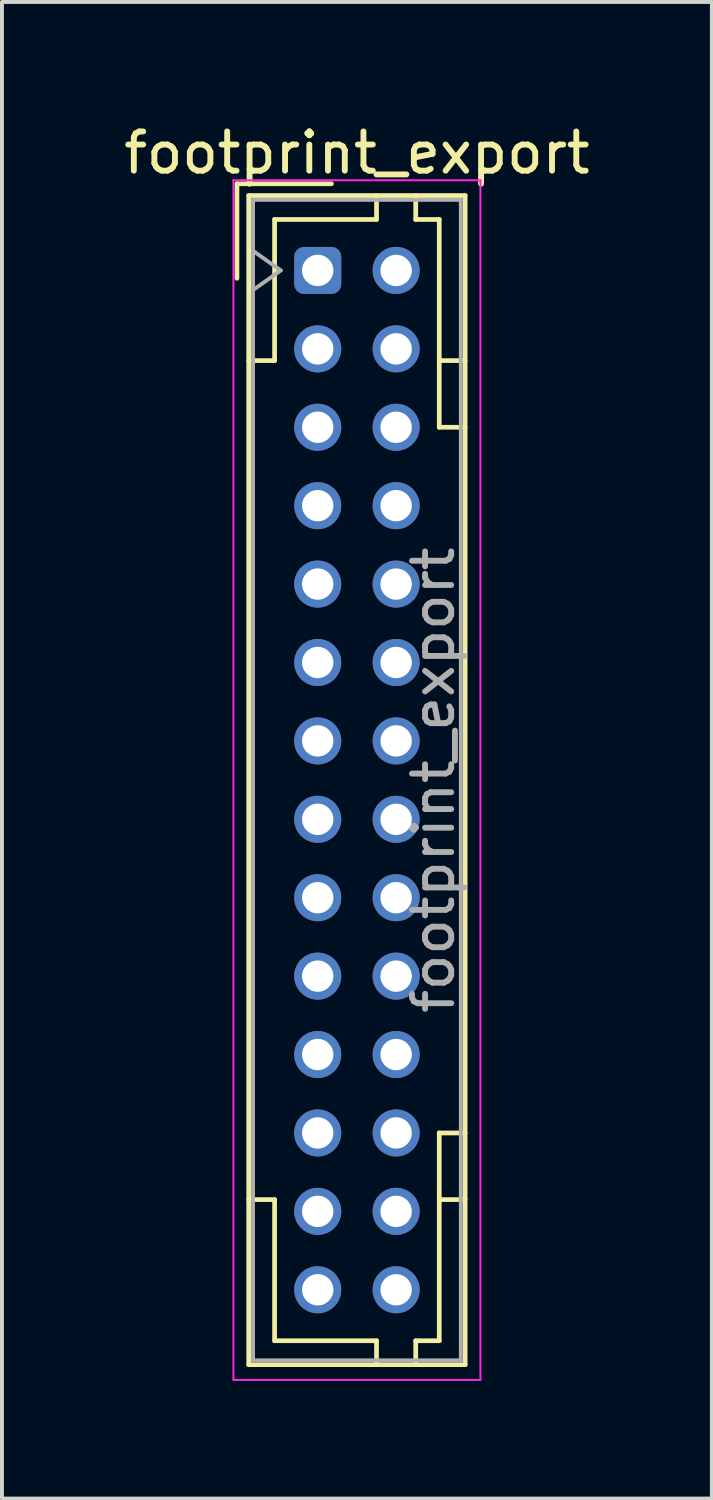
<source format=kicad_pcb>
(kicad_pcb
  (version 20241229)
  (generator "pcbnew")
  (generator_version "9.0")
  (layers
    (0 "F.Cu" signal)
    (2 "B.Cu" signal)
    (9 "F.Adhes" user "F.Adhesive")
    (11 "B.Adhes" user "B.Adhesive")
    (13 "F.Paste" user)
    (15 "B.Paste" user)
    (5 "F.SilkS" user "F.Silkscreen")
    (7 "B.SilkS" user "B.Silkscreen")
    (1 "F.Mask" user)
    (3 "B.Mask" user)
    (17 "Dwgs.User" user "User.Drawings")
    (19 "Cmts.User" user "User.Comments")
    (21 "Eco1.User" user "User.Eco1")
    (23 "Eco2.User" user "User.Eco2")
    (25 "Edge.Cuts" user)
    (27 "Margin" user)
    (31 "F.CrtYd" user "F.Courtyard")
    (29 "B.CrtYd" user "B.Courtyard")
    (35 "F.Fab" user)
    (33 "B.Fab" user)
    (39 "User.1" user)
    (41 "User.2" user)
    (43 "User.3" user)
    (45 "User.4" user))
  (footprint "footprint_export"
    (layer "F.Cu")
    (at 5.054 3.848)
    (property "Reference" "footprint_export" (at 1 -3 0) (layer "F.SilkS") (effects (font (size 1 1) (thickness 0.15))))
    (attr through_hole)
    (fp_line (start -2.06 -2.21) (end -2.06 0.2) (stroke (width 0.12) (type solid)) (layer "F.SilkS"))
    (fp_line (start -1.76 -1.91) (end -1.76 27.91) (stroke (width 0.12) (type solid)) (layer "F.SilkS"))
    (fp_line (start -1.76 27.91) (end 3.76 27.91) (stroke (width 0.12) (type solid)) (layer "F.SilkS"))
    (fp_line (start -1.1 -1.3) (end -1.1 2.3) (stroke (width 0.12) (type solid)) (layer "F.SilkS"))
    (fp_line (start -1.1 2.3) (end -1.76 2.3) (stroke (width 0.12) (type solid)) (layer "F.SilkS"))
    (fp_line (start -1.1 23.7) (end -1.76 23.7) (stroke (width 0.12) (type solid)) (layer "F.SilkS"))
    (fp_line (start -1.1 27.3) (end -1.1 23.7) (stroke (width 0.12) (type solid)) (layer "F.SilkS"))
    (fp_line (start 0.35 -2.21) (end -2.06 -2.21) (stroke (width 0.12) (type solid)) (layer "F.SilkS"))
    (fp_line (start 1.5 -1.91) (end 1.5 -1.3) (stroke (width 0.12) (type solid)) (layer "F.SilkS"))
    (fp_line (start 1.5 -1.3) (end -1.1 -1.3) (stroke (width 0.12) (type solid)) (layer "F.SilkS"))
    (fp_line (start 1.5 27.3) (end -1.1 27.3) (stroke (width 0.12) (type solid)) (layer "F.SilkS"))
    (fp_line (start 1.5 27.91) (end 1.5 27.3) (stroke (width 0.12) (type solid)) (layer "F.SilkS"))
    (fp_line (start 2.5 -1.91) (end 2.5 -1.3) (stroke (width 0.12) (type solid)) (layer "F.SilkS"))
    (fp_line (start 2.5 -1.3) (end 3.1 -1.3) (stroke (width 0.12) (type solid)) (layer "F.SilkS"))
    (fp_line (start 2.5 27.3) (end 3.1 27.3) (stroke (width 0.12) (type solid)) (layer "F.SilkS"))
    (fp_line (start 2.5 27.91) (end 2.5 27.3) (stroke (width 0.12) (type solid)) (layer "F.SilkS"))
    (fp_line (start 3.1 -1.3) (end 3.1 4) (stroke (width 0.12) (type solid)) (layer "F.SilkS"))
    (fp_line (start 3.1 4) (end 3.76 4) (stroke (width 0.12) (type solid)) (layer "F.SilkS"))
    (fp_line (start 3.1 22) (end 3.76 22) (stroke (width 0.12) (type solid)) (layer "F.SilkS"))
    (fp_line (start 3.1 27.3) (end 3.1 22) (stroke (width 0.12) (type solid)) (layer "F.SilkS"))
    (fp_line (start 3.76 -1.91) (end -1.76 -1.91) (stroke (width 0.12) (type solid)) (layer "F.SilkS"))
    (fp_line (start 3.76 2.3) (end 3.1 2.3) (stroke (width 0.12) (type solid)) (layer "F.SilkS"))
    (fp_line (start 3.76 23.7) (end 3.1 23.7) (stroke (width 0.12) (type solid)) (layer "F.SilkS"))
    (fp_line (start 3.76 27.91) (end 3.76 -1.91) (stroke (width 0.12) (type solid)) (layer "F.SilkS"))
    (fp_line (start -2.15 -2.3) (end -2.15 28.3) (stroke (width 0.05) (type solid)) (layer "F.CrtYd"))
    (fp_line (start -2.15 28.3) (end 4.15 28.3) (stroke (width 0.05) (type solid)) (layer "F.CrtYd"))
    (fp_line (start 4.15 -2.3) (end -2.15 -2.3) (stroke (width 0.05) (type solid)) (layer "F.CrtYd"))
    (fp_line (start 4.15 28.3) (end 4.15 -2.3) (stroke (width 0.05) (type solid)) (layer "F.CrtYd"))
    (fp_line (start -1.65 -1.8) (end -1.65 27.8) (stroke (width 0.1) (type solid)) (layer "F.Fab"))
    (fp_line (start -1.65 0.5) (end -0.943 0) (stroke (width 0.1) (type solid)) (layer "F.Fab"))
    (fp_line (start -1.65 27.8) (end 3.65 27.8) (stroke (width 0.1) (type solid)) (layer "F.Fab"))
    (fp_line (start -0.943 0) (end -1.65 -0.5) (stroke (width 0.1) (type solid)) (layer "F.Fab"))
    (fp_line (start 3.65 -1.8) (end -1.65 -1.8) (stroke (width 0.1) (type solid)) (layer "F.Fab"))
    (fp_line (start 3.65 27.8) (end 3.65 -1.8) (stroke (width 0.1) (type solid)) (layer "F.Fab"))
    (fp_text user "${REFERENCE}" (at 2.95 13 90) (layer "F.Fab") (effects (font (size 1 1) (thickness 0.15))))
    (pad "a1" thru_hole roundrect (at 0 0) (size 1.2 1.2) (drill 0.8) (layers "*.Cu" "*.Mask") (roundrect_rratio 0.208))
    (pad "a2" thru_hole circle (at 0 2) (size 1.2 1.2) (drill 0.8) (layers "*.Cu" "*.Mask"))
    (pad "a3" thru_hole circle (at 0 4) (size 1.2 1.2) (drill 0.8) (layers "*.Cu" "*.Mask"))
    (pad "a4" thru_hole circle (at 0 6) (size 1.2 1.2) (drill 0.8) (layers "*.Cu" "*.Mask"))
    (pad "a5" thru_hole circle (at 0 8) (size 1.2 1.2) (drill 0.8) (layers "*.Cu" "*.Mask"))
    (pad "a6" thru_hole circle (at 0 10) (size 1.2 1.2) (drill 0.8) (layers "*.Cu" "*.Mask"))
    (pad "a7" thru_hole circle (at 0 12) (size 1.2 1.2) (drill 0.8) (layers "*.Cu" "*.Mask"))
    (pad "a8" thru_hole circle (at 0 14) (size 1.2 1.2) (drill 0.8) (layers "*.Cu" "*.Mask"))
    (pad "a9" thru_hole circle (at 0 16) (size 1.2 1.2) (drill 0.8) (layers "*.Cu" "*.Mask"))
    (pad "a10" thru_hole circle (at 0 18) (size 1.2 1.2) (drill 0.8) (layers "*.Cu" "*.Mask"))
    (pad "a11" thru_hole circle (at 0 20) (size 1.2 1.2) (drill 0.8) (layers "*.Cu" "*.Mask"))
    (pad "a12" thru_hole circle (at 0 22) (size 1.2 1.2) (drill 0.8) (layers "*.Cu" "*.Mask"))
    (pad "a13" thru_hole circle (at 0 24) (size 1.2 1.2) (drill 0.8) (layers "*.Cu" "*.Mask"))
    (pad "a14" thru_hole circle (at 0 26) (size 1.2 1.2) (drill 0.8) (layers "*.Cu" "*.Mask"))
    (pad "b1" thru_hole circle (at 2 0) (size 1.2 1.2) (drill 0.8) (layers "*.Cu" "*.Mask"))
    (pad "b2" thru_hole circle (at 2 2) (size 1.2 1.2) (drill 0.8) (layers "*.Cu" "*.Mask"))
    (pad "b3" thru_hole circle (at 2 4) (size 1.2 1.2) (drill 0.8) (layers "*.Cu" "*.Mask"))
    (pad "b4" thru_hole circle (at 2 6) (size 1.2 1.2) (drill 0.8) (layers "*.Cu" "*.Mask"))
    (pad "b5" thru_hole circle (at 2 8) (size 1.2 1.2) (drill 0.8) (layers "*.Cu" "*.Mask"))
    (pad "b6" thru_hole circle (at 2 10) (size 1.2 1.2) (drill 0.8) (layers "*.Cu" "*.Mask"))
    (pad "b7" thru_hole circle (at 2 12) (size 1.2 1.2) (drill 0.8) (layers "*.Cu" "*.Mask"))
    (pad "b8" thru_hole circle (at 2 14) (size 1.2 1.2) (drill 0.8) (layers "*.Cu" "*.Mask"))
    (pad "b9" thru_hole circle (at 2 16) (size 1.2 1.2) (drill 0.8) (layers "*.Cu" "*.Mask"))
    (pad "b10" thru_hole circle (at 2 18) (size 1.2 1.2) (drill 0.8) (layers "*.Cu" "*.Mask"))
    (pad "b11" thru_hole circle (at 2 20) (size 1.2 1.2) (drill 0.8) (layers "*.Cu" "*.Mask"))
    (pad "b12" thru_hole circle (at 2 22) (size 1.2 1.2) (drill 0.8) (layers "*.Cu" "*.Mask"))
    (pad "b13" thru_hole circle (at 2 24) (size 1.2 1.2) (drill 0.8) (layers "*.Cu" "*.Mask"))
    (pad "b14" thru_hole circle (at 2 26) (size 1.2 1.2) (drill 0.8) (layers "*.Cu" "*.Mask")))
  (gr_rect
    (start -3 -3)
    (end 15.107 35.173)
    (stroke (width 0.1) (type default))
    (fill no)
    (layer "Edge.Cuts")))
</source>
